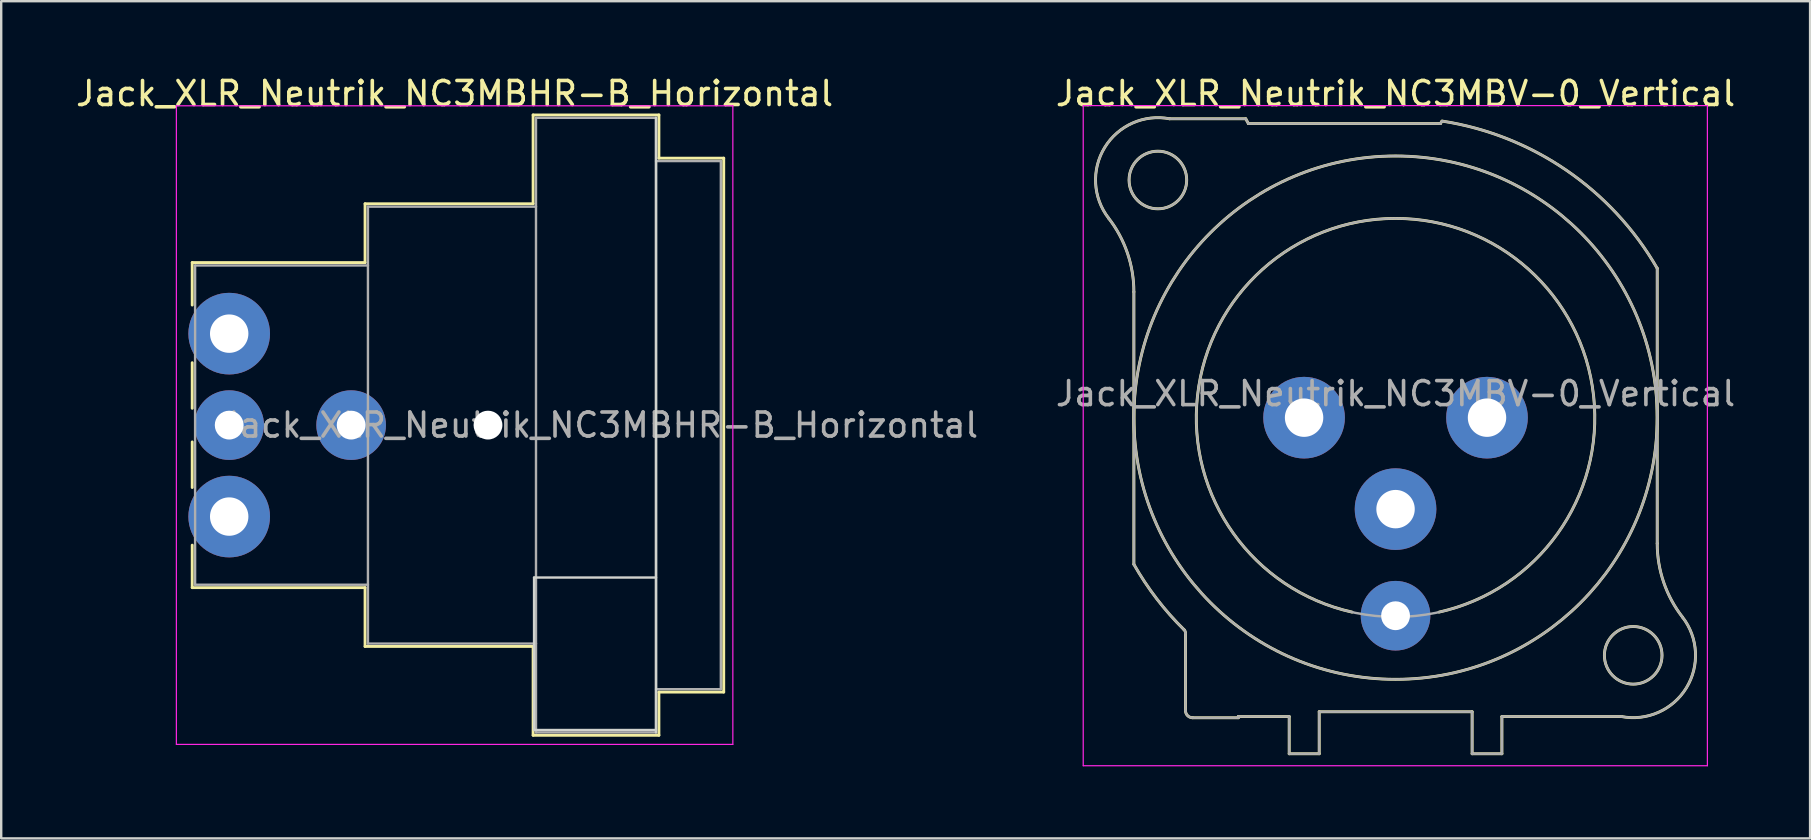
<source format=kicad_pcb>
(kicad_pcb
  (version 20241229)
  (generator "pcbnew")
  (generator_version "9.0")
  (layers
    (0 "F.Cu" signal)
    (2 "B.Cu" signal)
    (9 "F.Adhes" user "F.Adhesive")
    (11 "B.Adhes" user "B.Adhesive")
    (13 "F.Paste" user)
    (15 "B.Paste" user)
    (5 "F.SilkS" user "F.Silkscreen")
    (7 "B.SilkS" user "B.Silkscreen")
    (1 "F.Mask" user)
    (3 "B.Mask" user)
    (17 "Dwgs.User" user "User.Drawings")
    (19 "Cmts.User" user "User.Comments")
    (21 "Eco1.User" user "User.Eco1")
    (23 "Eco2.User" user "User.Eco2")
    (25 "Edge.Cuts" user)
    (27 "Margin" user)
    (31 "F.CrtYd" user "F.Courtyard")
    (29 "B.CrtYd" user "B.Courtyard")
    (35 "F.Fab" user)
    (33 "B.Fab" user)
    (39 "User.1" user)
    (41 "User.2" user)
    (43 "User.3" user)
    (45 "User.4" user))
  (footprint "Jack_XLR_Neutrik_NC3MBHR-B_Horizontal"
    (layer "F.Cu")
    (at 6.497 10.848)
    (property "Reference" "Jack_XLR_Neutrik_NC3MBHR-B_Horizontal" (at 9.39 -10 0) (layer "F.SilkS") (effects (font (size 1 1) (thickness 0.15))))
    (attr through_hole)
    (fp_line (start -1.54 -2.96) (end -1.54 -1.19) (stroke (width 0.12) (type solid)) (layer "F.SilkS"))
    (fp_line (start -1.54 3.11) (end -1.54 1.21) (stroke (width 0.12) (type solid)) (layer "F.SilkS"))
    (fp_line (start -1.54 4.51) (end -1.54 6.41) (stroke (width 0.12) (type solid)) (layer "F.SilkS"))
    (fp_line (start -1.54 8.81) (end -1.54 10.58) (stroke (width 0.12) (type solid)) (layer "F.SilkS"))
    (fp_line (start 5.66 -2.96) (end -1.54 -2.96) (stroke (width 0.12) (type solid)) (layer "F.SilkS"))
    (fp_line (start 5.66 -2.96) (end 5.66 -5.41) (stroke (width 0.12) (type solid)) (layer "F.SilkS"))
    (fp_line (start 5.66 10.58) (end -1.54 10.58) (stroke (width 0.12) (type solid)) (layer "F.SilkS"))
    (fp_line (start 5.66 10.58) (end 5.66 13.03) (stroke (width 0.12) (type solid)) (layer "F.SilkS"))
    (fp_line (start 12.66 -5.41) (end 5.66 -5.41) (stroke (width 0.12) (type solid)) (layer "F.SilkS"))
    (fp_line (start 12.66 -5.41) (end 12.66 -9.11) (stroke (width 0.12) (type solid)) (layer "F.SilkS"))
    (fp_line (start 12.66 13.03) (end 5.66 13.03) (stroke (width 0.12) (type solid)) (layer "F.SilkS"))
    (fp_line (start 12.66 16.73) (end 12.66 13.03) (stroke (width 0.12) (type solid)) (layer "F.SilkS"))
    (fp_line (start 17.9 -9.11) (end 12.66 -9.11) (stroke (width 0.12) (type solid)) (layer "F.SilkS"))
    (fp_line (start 17.9 -9.11) (end 17.9 -7.31) (stroke (width 0.12) (type solid)) (layer "F.SilkS"))
    (fp_line (start 17.9 -7.31) (end 20.6 -7.31) (stroke (width 0.12) (type solid)) (layer "F.SilkS"))
    (fp_line (start 17.9 14.93) (end 17.9 16.73) (stroke (width 0.12) (type solid)) (layer "F.SilkS"))
    (fp_line (start 17.9 14.93) (end 20.6 14.93) (stroke (width 0.12) (type solid)) (layer "F.SilkS"))
    (fp_line (start 17.9 16.73) (end 12.66 16.73) (stroke (width 0.12) (type solid)) (layer "F.SilkS"))
    (fp_line (start 20.6 -7.31) (end 20.6 14.93) (stroke (width 0.12) (type solid)) (layer "F.SilkS"))
    (fp_line (start 12.7 10.16) (end 12.7 16.51) (stroke (width 0.1) (type solid)) (layer "Edge.Cuts"))
    (fp_line (start 12.7 16.51) (end 17.78 16.51) (stroke (width 0.1) (type solid)) (layer "Edge.Cuts"))
    (fp_line (start 17.78 -8.99) (end 17.78 16.61) (stroke (width 0.1) (type solid)) (layer "Edge.Cuts"))
    (fp_line (start 17.78 10.16) (end 12.7 10.16) (stroke (width 0.1) (type solid)) (layer "Edge.Cuts"))
    (fp_line (start -2.2 -9.49) (end -2.2 17.11) (stroke (width 0.05) (type solid)) (layer "F.CrtYd"))
    (fp_line (start 20.98 -9.49) (end -2.2 -9.49) (stroke (width 0.05) (type solid)) (layer "F.CrtYd"))
    (fp_line (start 20.98 -9.49) (end 20.98 17.11) (stroke (width 0.05) (type solid)) (layer "F.CrtYd"))
    (fp_line (start 20.98 17.11) (end -2.2 17.11) (stroke (width 0.05) (type solid)) (layer "F.CrtYd"))
    (fp_line (start -1.42 -2.84) (end -1.42 10.46) (stroke (width 0.1) (type solid)) (layer "F.Fab"))
    (fp_line (start 5.78 -2.84) (end -1.42 -2.84) (stroke (width 0.1) (type solid)) (layer "F.Fab"))
    (fp_line (start 5.78 10.46) (end -1.42 10.46) (stroke (width 0.1) (type solid)) (layer "F.Fab"))
    (fp_line (start 5.78 12.91) (end 5.78 -5.29) (stroke (width 0.1) (type solid)) (layer "F.Fab"))
    (fp_line (start 5.78 12.91) (end 12.78 12.91) (stroke (width 0.1) (type solid)) (layer "F.Fab"))
    (fp_line (start 12.78 -8.99) (end 17.78 -8.99) (stroke (width 0.1) (type solid)) (layer "F.Fab"))
    (fp_line (start 12.78 -5.29) (end 5.78 -5.29) (stroke (width 0.1) (type solid)) (layer "F.Fab"))
    (fp_line (start 12.78 16.61) (end 12.78 -8.99) (stroke (width 0.1) (type solid)) (layer "F.Fab"))
    (fp_line (start 17.78 -8.99) (end 17.78 16.61) (stroke (width 0.1) (type solid)) (layer "F.Fab"))
    (fp_line (start 17.78 -7.19) (end 20.48 -7.19) (stroke (width 0.1) (type solid)) (layer "F.Fab"))
    (fp_line (start 17.78 16.61) (end 12.78 16.61) (stroke (width 0.1) (type solid)) (layer "F.Fab"))
    (fp_line (start 20.48 -7.19) (end 20.48 14.81) (stroke (width 0.1) (type solid)) (layer "F.Fab"))
    (fp_line (start 20.48 14.81) (end 17.78 14.81) (stroke (width 0.1) (type solid)) (layer "F.Fab"))
    (fp_text user "${REFERENCE}" (at 15.43 3.81 0) (layer "F.Fab") (effects (font (size 1 1) (thickness 0.15))))
    (pad "" np_thru_hole circle (at 10.78 3.81) (size 1.2 1.2) (drill 1.2) (layers "*.Cu" "*.Mask"))
    (pad "1" thru_hole circle (at 0 0) (size 3.4 3.4) (drill 1.6) (layers "*.Cu" "*.Mask"))
    (pad "2" thru_hole circle (at 0 3.81) (size 2.9 2.9) (drill 1.2) (layers "*.Cu" "*.Mask"))
    (pad "3" thru_hole circle (at 0 7.62) (size 3.4 3.4) (drill 1.6) (layers "*.Cu" "*.Mask"))
    (pad "G" thru_hole circle (at 5.08 3.81) (size 2.9 2.9) (drill 1.2) (layers "*.Cu" "*.Mask")))
  (footprint "Jack_XLR_Neutrik_NC3MBV-0_Vertical"
    (layer "F.Cu")
    (at 51.272 14.348)
    (property "Reference" "Jack_XLR_Neutrik_NC3MBV-0_Vertical" (at 3.81 -13.5 0) (layer "F.SilkS") (effects (font (size 1 1) (thickness 0.15))))
    (attr through_hole)
    (fp_line (start -7.09 -5.24) (end -7.09 6.11) (stroke (width 0.12) (type solid)) (layer "F.SilkS"))
    (fp_line (start -4.94 12.2) (end -4.94 8.98) (stroke (width 0.12) (type solid)) (layer "F.SilkS"))
    (fp_line (start -4.64 12.5) (end -2.74 12.5) (stroke (width 0.12) (type solid)) (layer "F.SilkS"))
    (fp_line (start -2.74 12.45) (end -0.62 12.45) (stroke (width 0.12) (type solid)) (layer "F.SilkS"))
    (fp_line (start -2.74 12.5) (end -2.74 12.45) (stroke (width 0.12) (type solid)) (layer "F.SilkS"))
    (fp_line (start -2.43 -12.45) (end -5.6 -12.45) (stroke (width 0.12) (type solid)) (layer "F.SilkS"))
    (fp_line (start -2.32 -12.25) (end -2.43 -12.45) (stroke (width 0.12) (type solid)) (layer "F.SilkS"))
    (fp_line (start -0.62 12.45) (end -0.62 14) (stroke (width 0.12) (type solid)) (layer "F.SilkS"))
    (fp_line (start 0.63 12.25) (end 0.63 14) (stroke (width 0.12) (type solid)) (layer "F.SilkS"))
    (fp_line (start 0.63 12.25) (end 7 12.25) (stroke (width 0.12) (type solid)) (layer "F.SilkS"))
    (fp_line (start 0.63 14) (end -0.62 14) (stroke (width 0.12) (type solid)) (layer "F.SilkS"))
    (fp_line (start 5.68 -12.25) (end -2.32 -12.25) (stroke (width 0.12) (type solid)) (layer "F.SilkS"))
    (fp_line (start 5.74 -12.35) (end 5.68 -12.25) (stroke (width 0.12) (type solid)) (layer "F.SilkS"))
    (fp_line (start 7 12.25) (end 7 14) (stroke (width 0.12) (type solid)) (layer "F.SilkS"))
    (fp_line (start 8.24 12.45) (end 8.24 14) (stroke (width 0.12) (type solid)) (layer "F.SilkS"))
    (fp_line (start 8.24 12.45) (end 13.22 12.45) (stroke (width 0.12) (type solid)) (layer "F.SilkS"))
    (fp_line (start 8.24 14) (end 7 14) (stroke (width 0.12) (type solid)) (layer "F.SilkS"))
    (fp_line (start 14.71 5.24) (end 14.71 -6.22) (stroke (width 0.12) (type solid)) (layer "F.SilkS"))
    (fp_arc (start -8.14458 -8.311426) (mid -7.360989 -6.863715) (end -7.09 -5.24) (stroke (width 0.12) (type solid)) (layer "F.SilkS"))
    (fp_arc (start -8.141124 -8.307677) (mid -8.303366 -11.257798) (end -5.6 -12.45) (stroke (width 0.12) (type solid)) (layer "F.SilkS"))
    (fp_arc (start -4.999944 8.832139) (mid -4.954594 8.899835) (end -4.94 8.98) (stroke (width 0.12) (type solid)) (layer "F.SilkS"))
    (fp_arc (start -4.999718 8.833849) (mid -6.1389 7.544091) (end -7.09 6.11) (stroke (width 0.12) (type solid)) (layer "F.SilkS"))
    (fp_arc (start -4.64 12.5) (mid -4.852132 12.412132) (end -4.94 12.2) (stroke (width 0.12) (type solid)) (layer "F.SilkS"))
    (fp_arc (start 2 8.1) (mid 3.809449 -8.299765) (end 5.621075 8.09976) (stroke (width 0.12) (type solid)) (layer "F.SilkS"))
    (fp_arc (start 5.753207 -12.354269) (mid 10.928439 -10.304601) (end 14.71 -6.22) (stroke (width 0.12) (type solid)) (layer "F.SilkS"))
    (fp_arc (start 15.761124 8.307677) (mid 15.923366 11.257798) (end 13.22 12.45) (stroke (width 0.12) (type solid)) (layer "F.SilkS"))
    (fp_arc (start 15.76458 8.311426) (mid 14.980989 6.863715) (end 14.71 5.24) (stroke (width 0.12) (type solid)) (layer "F.SilkS"))
    (fp_circle (center -6.09 -9.9) (end -4.89 -9.9) (stroke (width 0.12) (type solid)) (fill no) (layer "F.SilkS"))
    (fp_circle (center 3.81 0) (end 14.71 0) (stroke (width 0.12) (type solid)) (fill no) (layer "F.SilkS"))
    (fp_circle (center 13.71 9.9) (end 14.91 9.9) (stroke (width 0.12) (type solid)) (fill no) (layer "F.SilkS"))
    (fp_line (start -9.2 -13) (end 16.8 -13) (stroke (width 0.05) (type solid)) (layer "F.CrtYd"))
    (fp_line (start -9.2 14.5) (end -9.2 -13) (stroke (width 0.05) (type solid)) (layer "F.CrtYd"))
    (fp_line (start 16.8 -13) (end 16.8 14.5) (stroke (width 0.05) (type solid)) (layer "F.CrtYd"))
    (fp_line (start 16.8 14.5) (end -9.2 14.5) (stroke (width 0.05) (type solid)) (layer "F.CrtYd"))
    (fp_line (start -7.09 -5.24) (end -7.09 6.11) (stroke (width 0.1) (type solid)) (layer "F.Fab"))
    (fp_line (start -4.94 12.2) (end -4.94 8.98) (stroke (width 0.1) (type solid)) (layer "F.Fab"))
    (fp_line (start -4.64 12.5) (end -2.74 12.5) (stroke (width 0.1) (type solid)) (layer "F.Fab"))
    (fp_line (start -2.74 12.45) (end -0.62 12.45) (stroke (width 0.1) (type solid)) (layer "F.Fab"))
    (fp_line (start -2.74 12.5) (end -2.74 12.45) (stroke (width 0.1) (type solid)) (layer "F.Fab"))
    (fp_line (start -2.43 -12.45) (end -5.6 -12.45) (stroke (width 0.1) (type solid)) (layer "F.Fab"))
    (fp_line (start -2.32 -12.25) (end -2.43 -12.45) (stroke (width 0.1) (type solid)) (layer "F.Fab"))
    (fp_line (start -0.62 12.45) (end -0.62 14) (stroke (width 0.1) (type solid)) (layer "F.Fab"))
    (fp_line (start 0.63 12.25) (end 0.63 14) (stroke (width 0.1) (type solid)) (layer "F.Fab"))
    (fp_line (start 0.63 12.25) (end 7 12.25) (stroke (width 0.1) (type solid)) (layer "F.Fab"))
    (fp_line (start 0.63 14) (end -0.62 14) (stroke (width 0.1) (type solid)) (layer "F.Fab"))
    (fp_line (start 5.68 -12.25) (end -2.32 -12.25) (stroke (width 0.1) (type solid)) (layer "F.Fab"))
    (fp_line (start 5.74 -12.35) (end 5.68 -12.25) (stroke (width 0.1) (type solid)) (layer "F.Fab"))
    (fp_line (start 7 12.25) (end 7 14) (stroke (width 0.1) (type solid)) (layer "F.Fab"))
    (fp_line (start 8.24 12.45) (end 8.24 14) (stroke (width 0.1) (type solid)) (layer "F.Fab"))
    (fp_line (start 8.24 12.45) (end 13.22 12.45) (stroke (width 0.1) (type solid)) (layer "F.Fab"))
    (fp_line (start 8.24 14) (end 7 14) (stroke (width 0.1) (type solid)) (layer "F.Fab"))
    (fp_line (start 14.71 5.24) (end 14.71 -6.22) (stroke (width 0.1) (type solid)) (layer "F.Fab"))
    (fp_arc (start -8.14458 -8.311426) (mid -7.360989 -6.863715) (end -7.09 -5.24) (stroke (width 0.1) (type solid)) (layer "F.Fab"))
    (fp_arc (start -8.141124 -8.307677) (mid -8.303366 -11.257798) (end -5.6 -12.45) (stroke (width 0.1) (type solid)) (layer "F.Fab"))
    (fp_arc (start -4.999944 8.832139) (mid -4.954594 8.899835) (end -4.94 8.98) (stroke (width 0.1) (type solid)) (layer "F.Fab"))
    (fp_arc (start -4.999718 8.833849) (mid -6.1389 7.544091) (end -7.09 6.11) (stroke (width 0.1) (type solid)) (layer "F.Fab"))
    (fp_arc (start -4.64 12.5) (mid -4.852132 12.412132) (end -4.94 12.2) (stroke (width 0.1) (type solid)) (layer "F.Fab"))
    (fp_arc (start 5.753207 -12.354269) (mid 10.928439 -10.304601) (end 14.71 -6.22) (stroke (width 0.1) (type solid)) (layer "F.Fab"))
    (fp_arc (start 15.761124 8.307677) (mid 15.923366 11.257798) (end 13.22 12.45) (stroke (width 0.1) (type solid)) (layer "F.Fab"))
    (fp_arc (start 15.76458 8.311426) (mid 14.980989 6.863715) (end 14.71 5.24) (stroke (width 0.1) (type solid)) (layer "F.Fab"))
    (fp_circle (center -6.09 -9.9) (end -4.89 -9.9) (stroke (width 0.1) (type solid)) (fill no) (layer "F.Fab"))
    (fp_circle (center 3.81 0) (end 12.11 0) (stroke (width 0.1) (type solid)) (fill no) (layer "F.Fab"))
    (fp_circle (center 3.81 0) (end 14.71 0) (stroke (width 0.1) (type solid)) (fill no) (layer "F.Fab"))
    (fp_circle (center 13.71 9.9) (end 14.91 9.9) (stroke (width 0.1) (type solid)) (fill no) (layer "F.Fab"))
    (fp_text user "${REFERENCE}" (at 3.81 -1 0) (layer "F.Fab") (effects (font (size 1 1) (thickness 0.15))))
    (pad "1" thru_hole circle (at 0 0) (size 3.4 3.4) (drill 1.6) (layers "*.Cu" "*.Mask"))
    (pad "2" thru_hole circle (at 7.62 0) (size 3.4 3.4) (drill 1.6) (layers "*.Cu" "*.Mask"))
    (pad "3" thru_hole circle (at 3.81 3.81) (size 3.4 3.4) (drill 1.6) (layers "*.Cu" "*.Mask"))
    (pad "G" thru_hole circle (at 3.81 8.25) (size 2.9 2.9) (drill 1.2) (layers "*.Cu" "*.Mask")))
  (gr_rect
    (start -3 -3)
    (end 72.35 31.873)
    (stroke (width 0.1) (type default))
    (fill no)
    (layer "Edge.Cuts")))
</source>
